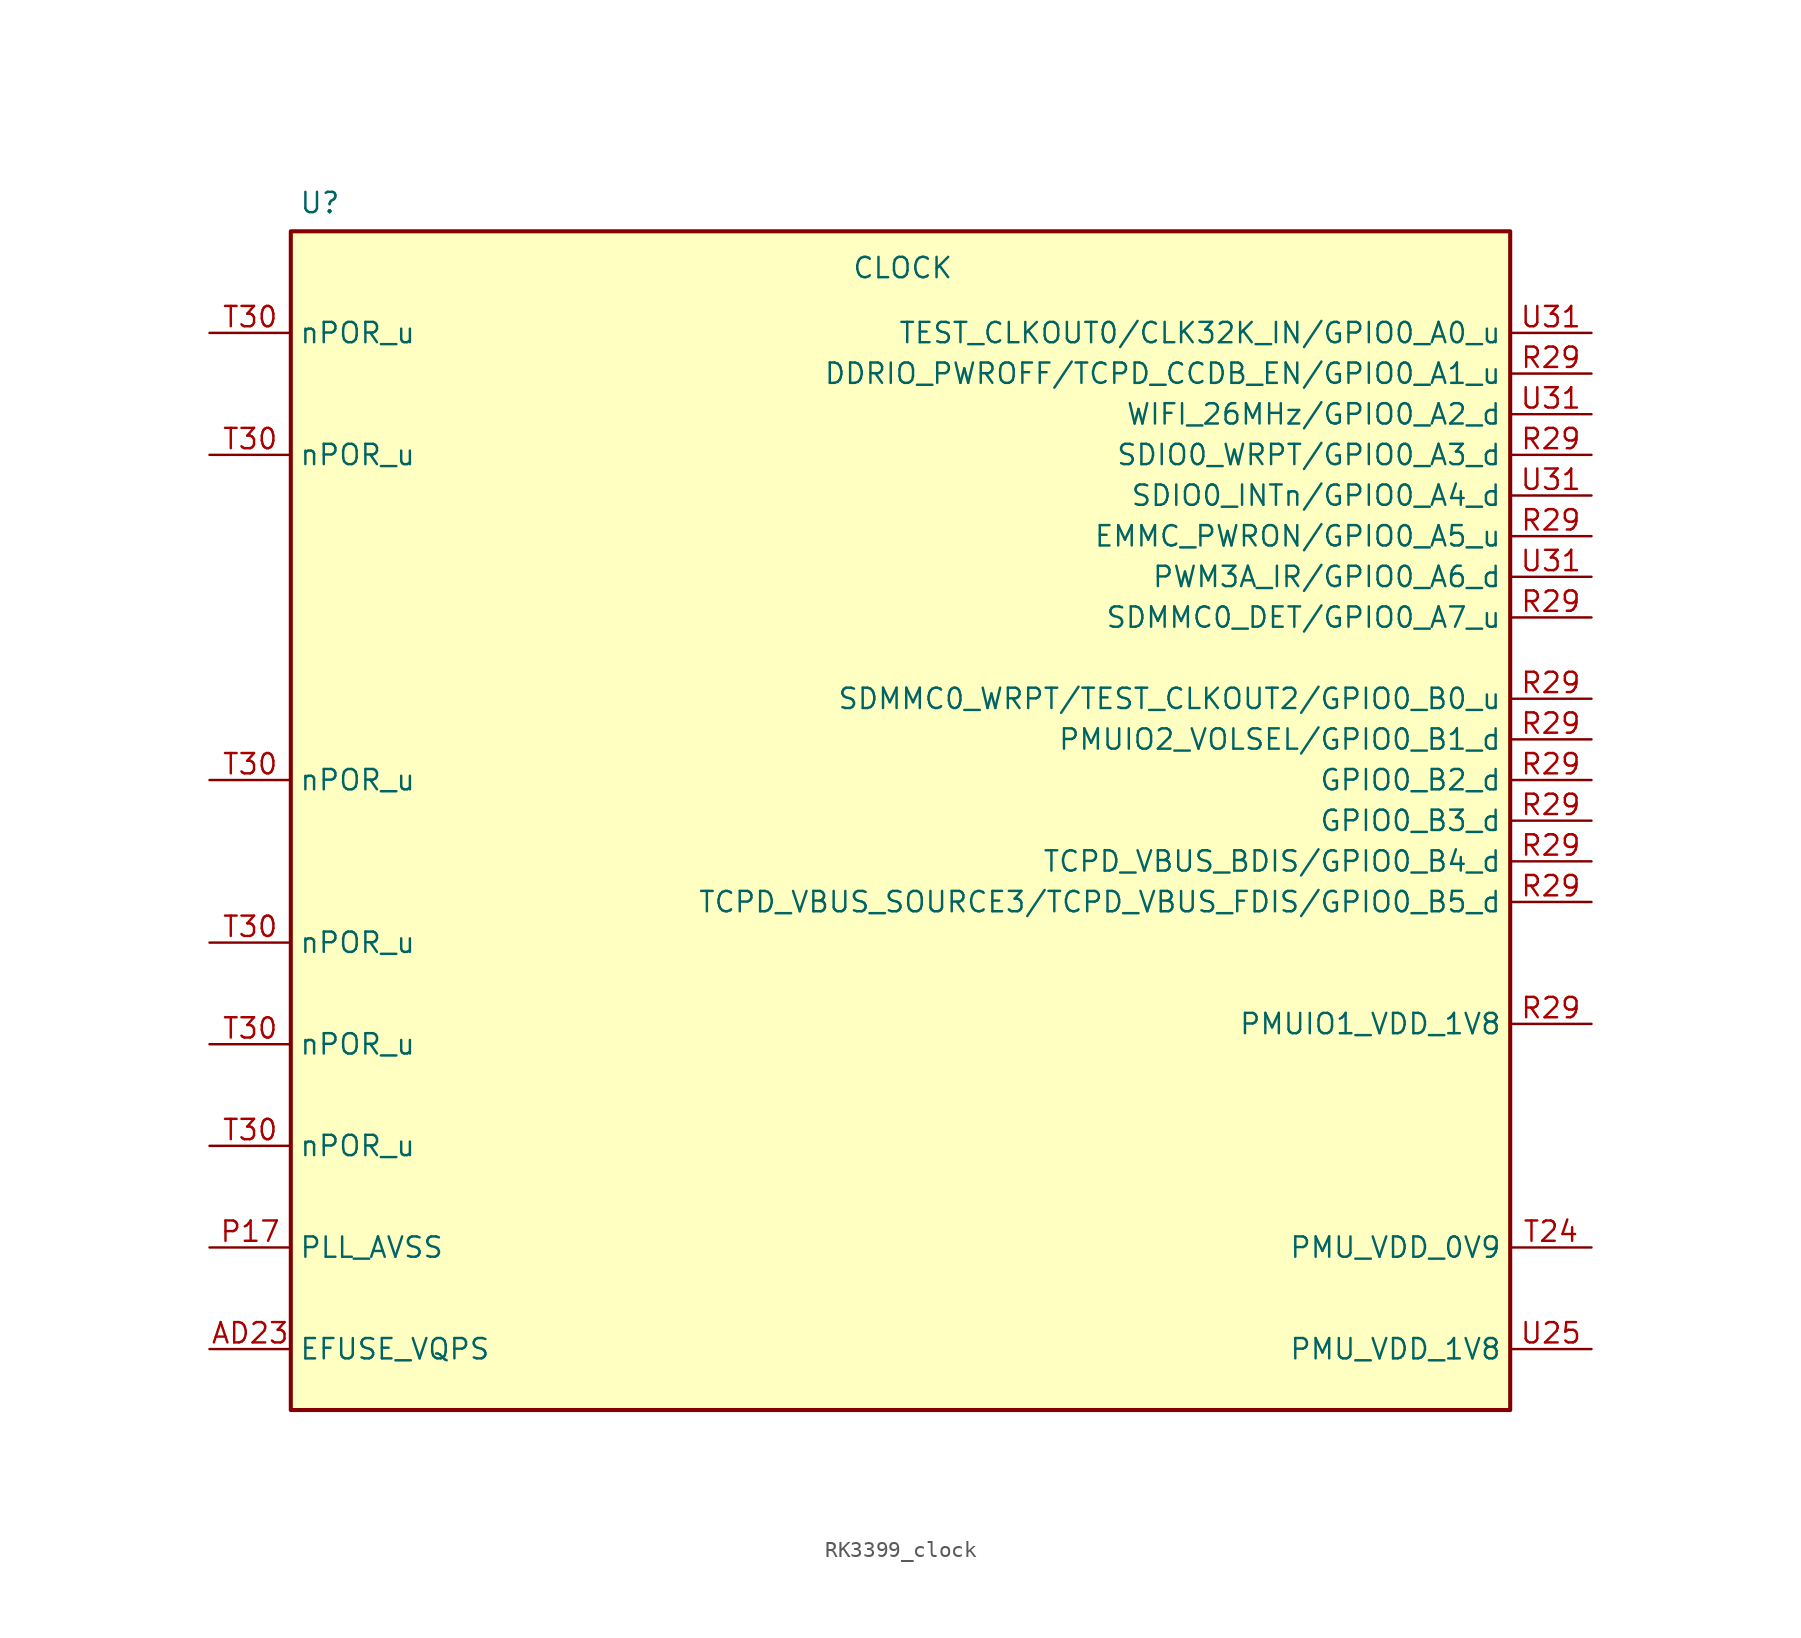
<source format=kicad_sym>
(kicad_symbol_lib
  (version 20231120)
  (generator "kicad_symbol_editor")
  (generator_version "8.0")
  (symbol "RK3399_clock"
    (property "Reference" "U"
      (at -37.592 38.608 0)
      (effects (font (size 1.27 1.27)) (justify left)))
    (property "Value" "CLOCK"
      (at -3.048 34.544 0)
      (effects (font (size 1.27 1.27)) (justify left)))
    (property "ki_locked" ""
      (at 0 0 0)
      (effects (font (size 1.27 1.27))))
    (symbol "RK3399_clock_0_1"
      (rectangle (start -38.1 36.83) (end 38.1 -36.83) (stroke (width 0.254) (type default)) (fill (type background))))
    (symbol "RK3399_clock_1_1"
      (pin input line (at -43.18 -33.02 0) (length 5.08) (name "EFUSE_VQPS" (effects (font (size 1.27 1.27)))) (number "AD23" (effects (font (size 1.27 1.27)))))
      (pin passive line (at -43.18 -26.67 0) (length 5.08) (name "PLL_AVSS" (effects (font (size 1.27 1.27)))) (number "P17" (effects (font (size 1.27 1.27)))))
      (pin bidirectional line (at 43.18 27.94 180) (length 5.08) (name "DDRIO_PWROFF/TCPD_CCDB_EN/GPIO0_A1_u" (effects (font (size 1.27 1.27)))) (number "R29" (effects (font (size 1.27 1.27)))) (alternate "ADC4_IN9" bidirectional line) (alternate "LPTIM1_IN1" bidirectional line) (alternate "LPUART1_CTS" bidirectional line) (alternate "PWR_WKUP1" bidirectional line) (alternate "SPI3_SCK" bidirectional line) (alternate "TIM1_CH2N" bidirectional line) (alternate "TIM3_CH3" bidirectional line) (alternate "TIM3_ETR" bidirectional line) (alternate "TSC_G2_IO2" bidirectional line))
      (pin bidirectional line (at 43.18 17.78 180) (length 5.08) (name "EMMC_PWRON/GPIO0_A5_u" (effects (font (size 1.27 1.27)))) (number "R29" (effects (font (size 1.27 1.27)))) (alternate "ADC4_IN9" bidirectional line) (alternate "LPTIM1_IN1" bidirectional line) (alternate "LPUART1_CTS" bidirectional line) (alternate "PWR_WKUP1" bidirectional line) (alternate "SPI3_SCK" bidirectional line) (alternate "TIM1_CH2N" bidirectional line) (alternate "TIM3_CH3" bidirectional line) (alternate "TIM3_ETR" bidirectional line) (alternate "TSC_G2_IO2" bidirectional line))
      (pin bidirectional line (at 43.18 2.54 180) (length 5.08) (name "GPIO0_B2_d" (effects (font (size 1.27 1.27)))) (number "R29" (effects (font (size 1.27 1.27)))) (alternate "ADC4_IN9" bidirectional line) (alternate "LPTIM1_IN1" bidirectional line) (alternate "LPUART1_CTS" bidirectional line) (alternate "PWR_WKUP1" bidirectional line) (alternate "SPI3_SCK" bidirectional line) (alternate "TIM1_CH2N" bidirectional line) (alternate "TIM3_CH3" bidirectional line) (alternate "TIM3_ETR" bidirectional line) (alternate "TSC_G2_IO2" bidirectional line))
      (pin bidirectional line (at 43.18 0 180) (length 5.08) (name "GPIO0_B3_d" (effects (font (size 1.27 1.27)))) (number "R29" (effects (font (size 1.27 1.27)))) (alternate "ADC4_IN9" bidirectional line) (alternate "LPTIM1_IN1" bidirectional line) (alternate "LPUART1_CTS" bidirectional line) (alternate "PWR_WKUP1" bidirectional line) (alternate "SPI3_SCK" bidirectional line) (alternate "TIM1_CH2N" bidirectional line) (alternate "TIM3_CH3" bidirectional line) (alternate "TIM3_ETR" bidirectional line) (alternate "TSC_G2_IO2" bidirectional line))
      (pin input line (at 43.18 -12.7 180) (length 5.08) (name "PMUIO1_VDD_1V8" (effects (font (size 1.27 1.27)))) (number "R29" (effects (font (size 1.27 1.27)))) (alternate "ADC4_IN9" bidirectional line) (alternate "LPTIM1_IN1" bidirectional line) (alternate "LPUART1_CTS" bidirectional line) (alternate "PWR_WKUP1" bidirectional line) (alternate "SPI3_SCK" bidirectional line) (alternate "TIM1_CH2N" bidirectional line) (alternate "TIM3_CH3" bidirectional line) (alternate "TIM3_ETR" bidirectional line) (alternate "TSC_G2_IO2" bidirectional line))
      (pin bidirectional line (at 43.18 5.08 180) (length 5.08) (name "PMUIO2_VOLSEL/GPIO0_B1_d" (effects (font (size 1.27 1.27)))) (number "R29" (effects (font (size 1.27 1.27)))) (alternate "ADC4_IN9" bidirectional line) (alternate "LPTIM1_IN1" bidirectional line) (alternate "LPUART1_CTS" bidirectional line) (alternate "PWR_WKUP1" bidirectional line) (alternate "SPI3_SCK" bidirectional line) (alternate "TIM1_CH2N" bidirectional line) (alternate "TIM3_CH3" bidirectional line) (alternate "TIM3_ETR" bidirectional line) (alternate "TSC_G2_IO2" bidirectional line))
      (pin input line (at 43.18 22.86 180) (length 5.08) (name "SDIO0_WRPT/GPIO0_A3_d" (effects (font (size 1.27 1.27)))) (number "R29" (effects (font (size 1.27 1.27)))) (alternate "ADC4_IN9" bidirectional line) (alternate "LPTIM1_IN1" bidirectional line) (alternate "LPUART1_CTS" bidirectional line) (alternate "PWR_WKUP1" bidirectional line) (alternate "SPI3_SCK" bidirectional line) (alternate "TIM1_CH2N" bidirectional line) (alternate "TIM3_CH3" bidirectional line) (alternate "TIM3_ETR" bidirectional line) (alternate "TSC_G2_IO2" bidirectional line))
      (pin input line (at 43.18 12.7 180) (length 5.08) (name "SDMMC0_DET/GPIO0_A7_u" (effects (font (size 1.27 1.27)))) (number "R29" (effects (font (size 1.27 1.27)))) (alternate "ADC4_IN9" bidirectional line) (alternate "LPTIM1_IN1" bidirectional line) (alternate "LPUART1_CTS" bidirectional line) (alternate "PWR_WKUP1" bidirectional line) (alternate "SPI3_SCK" bidirectional line) (alternate "TIM1_CH2N" bidirectional line) (alternate "TIM3_CH3" bidirectional line) (alternate "TIM3_ETR" bidirectional line) (alternate "TSC_G2_IO2" bidirectional line))
      (pin bidirectional line (at 43.18 7.62 180) (length 5.08) (name "SDMMC0_WRPT/TEST_CLKOUT2/GPIO0_B0_u" (effects (font (size 1.27 1.27)))) (number "R29" (effects (font (size 1.27 1.27)))) (alternate "ADC4_IN9" bidirectional line) (alternate "LPTIM1_IN1" bidirectional line) (alternate "LPUART1_CTS" bidirectional line) (alternate "PWR_WKUP1" bidirectional line) (alternate "SPI3_SCK" bidirectional line) (alternate "TIM1_CH2N" bidirectional line) (alternate "TIM3_CH3" bidirectional line) (alternate "TIM3_ETR" bidirectional line) (alternate "TSC_G2_IO2" bidirectional line))
      (pin bidirectional line (at 43.18 -2.54 180) (length 5.08) (name "TCPD_VBUS_BDIS/GPIO0_B4_d" (effects (font (size 1.27 1.27)))) (number "R29" (effects (font (size 1.27 1.27)))) (alternate "ADC4_IN9" bidirectional line) (alternate "LPTIM1_IN1" bidirectional line) (alternate "LPUART1_CTS" bidirectional line) (alternate "PWR_WKUP1" bidirectional line) (alternate "SPI3_SCK" bidirectional line) (alternate "TIM1_CH2N" bidirectional line) (alternate "TIM3_CH3" bidirectional line) (alternate "TIM3_ETR" bidirectional line) (alternate "TSC_G2_IO2" bidirectional line))
      (pin bidirectional line (at 43.18 -5.08 180) (length 5.08) (name "TCPD_VBUS_SOURCE3/TCPD_VBUS_FDIS/GPIO0_B5_d" (effects (font (size 1.27 1.27)))) (number "R29" (effects (font (size 1.27 1.27)))) (alternate "ADC4_IN9" bidirectional line) (alternate "LPTIM1_IN1" bidirectional line) (alternate "LPUART1_CTS" bidirectional line) (alternate "PWR_WKUP1" bidirectional line) (alternate "SPI3_SCK" bidirectional line) (alternate "TIM1_CH2N" bidirectional line) (alternate "TIM3_CH3" bidirectional line) (alternate "TIM3_ETR" bidirectional line) (alternate "TSC_G2_IO2" bidirectional line))
      (pin input line (at 43.18 -26.67 180) (length 5.08) (name "PMU_VDD_0V9" (effects (font (size 1.27 1.27)))) (number "T24" (effects (font (size 1.27 1.27)))) (alternate "ADC4_IN9" bidirectional line) (alternate "LPTIM1_IN1" bidirectional line) (alternate "LPUART1_CTS" bidirectional line) (alternate "PWR_WKUP1" bidirectional line) (alternate "SPI3_SCK" bidirectional line) (alternate "TIM1_CH2N" bidirectional line) (alternate "TIM3_CH3" bidirectional line) (alternate "TIM3_ETR" bidirectional line) (alternate "TSC_G2_IO2" bidirectional line))
      (pin input line (at -43.18 -20.32 0) (length 5.08) (name "nPOR_u" (effects (font (size 1.27 1.27)))) (number "T30" (effects (font (size 1.27 1.27)))))
      (pin input line (at -43.18 -13.97 0) (length 5.08) (name "nPOR_u" (effects (font (size 1.27 1.27)))) (number "T30" (effects (font (size 1.27 1.27)))))
      (pin input line (at -43.18 -7.62 0) (length 5.08) (name "nPOR_u" (effects (font (size 1.27 1.27)))) (number "T30" (effects (font (size 1.27 1.27)))))
      (pin input line (at -43.18 2.54 0) (length 5.08) (name "nPOR_u" (effects (font (size 1.27 1.27)))) (number "T30" (effects (font (size 1.27 1.27)))))
      (pin input line (at -43.18 22.86 0) (length 5.08) (name "nPOR_u" (effects (font (size 1.27 1.27)))) (number "T30" (effects (font (size 1.27 1.27)))))
      (pin input line (at -43.18 30.48 0) (length 5.08) (name "nPOR_u" (effects (font (size 1.27 1.27)))) (number "T30" (effects (font (size 1.27 1.27)))))
      (pin input line (at 43.18 -33.02 180) (length 5.08) (name "PMU_VDD_1V8" (effects (font (size 1.27 1.27)))) (number "U25" (effects (font (size 1.27 1.27)))) (alternate "ADC4_IN9" bidirectional line) (alternate "LPTIM1_IN1" bidirectional line) (alternate "LPUART1_CTS" bidirectional line) (alternate "PWR_WKUP1" bidirectional line) (alternate "SPI3_SCK" bidirectional line) (alternate "TIM1_CH2N" bidirectional line) (alternate "TIM3_CH3" bidirectional line) (alternate "TIM3_ETR" bidirectional line) (alternate "TSC_G2_IO2" bidirectional line))
      (pin output line (at 43.18 15.24 180) (length 5.08) (name "PWM3A_IR/GPIO0_A6_d" (effects (font (size 1.27 1.27)))) (number "U31" (effects (font (size 1.27 1.27)))) (alternate "ADC4_IN9" bidirectional line) (alternate "LPTIM1_IN1" bidirectional line) (alternate "LPUART1_CTS" bidirectional line) (alternate "PWR_WKUP1" bidirectional line) (alternate "SPI3_SCK" bidirectional line) (alternate "TIM1_CH2N" bidirectional line) (alternate "TIM3_CH3" bidirectional line) (alternate "TIM3_ETR" bidirectional line) (alternate "TSC_G2_IO2" bidirectional line))
      (pin input line (at 43.18 20.32 180) (length 5.08) (name "SDIO0_INTn/GPIO0_A4_d" (effects (font (size 1.27 1.27)))) (number "U31" (effects (font (size 1.27 1.27)))) (alternate "ADC4_IN9" bidirectional line) (alternate "LPTIM1_IN1" bidirectional line) (alternate "LPUART1_CTS" bidirectional line) (alternate "PWR_WKUP1" bidirectional line) (alternate "SPI3_SCK" bidirectional line) (alternate "TIM1_CH2N" bidirectional line) (alternate "TIM3_CH3" bidirectional line) (alternate "TIM3_ETR" bidirectional line) (alternate "TSC_G2_IO2" bidirectional line))
      (pin output line (at 43.18 30.48 180) (length 5.08) (name "TEST_CLKOUT0/CLK32K_IN/GPIO0_A0_u" (effects (font (size 1.27 1.27)))) (number "U31" (effects (font (size 1.27 1.27)))) (alternate "ADC4_IN9" bidirectional line) (alternate "LPTIM1_IN1" bidirectional line) (alternate "LPUART1_CTS" bidirectional line) (alternate "PWR_WKUP1" bidirectional line) (alternate "SPI3_SCK" bidirectional line) (alternate "TIM1_CH2N" bidirectional line) (alternate "TIM3_CH3" bidirectional line) (alternate "TIM3_ETR" bidirectional line) (alternate "TSC_G2_IO2" bidirectional line))
      (pin output line (at 43.18 25.4 180) (length 5.08) (name "WIFI_26MHz/GPIO0_A2_d" (effects (font (size 1.27 1.27)))) (number "U31" (effects (font (size 1.27 1.27)))) (alternate "ADC4_IN9" bidirectional line) (alternate "LPTIM1_IN1" bidirectional line) (alternate "LPUART1_CTS" bidirectional line) (alternate "PWR_WKUP1" bidirectional line) (alternate "SPI3_SCK" bidirectional line) (alternate "TIM1_CH2N" bidirectional line) (alternate "TIM3_CH3" bidirectional line) (alternate "TIM3_ETR" bidirectional line) (alternate "TSC_G2_IO2" bidirectional line)))))
</source>
